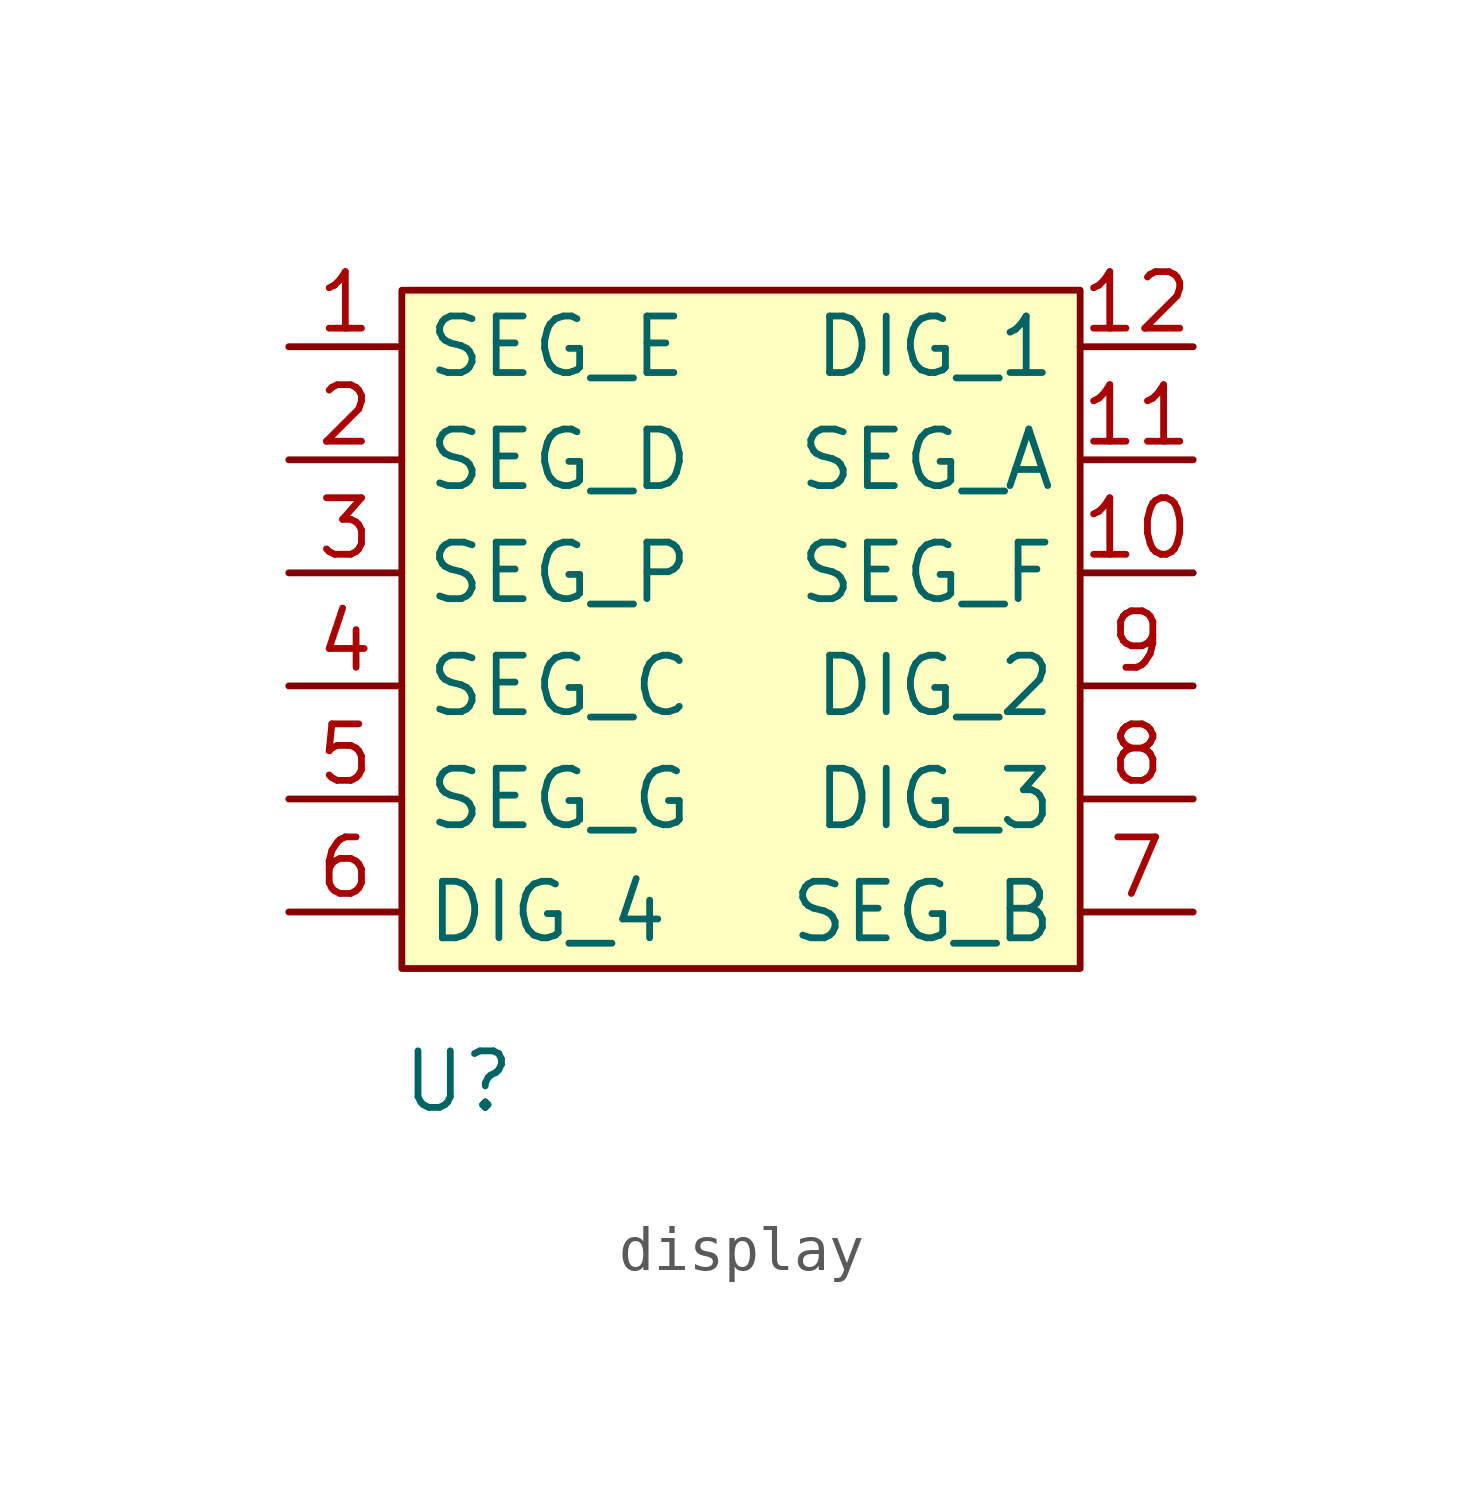
<source format=kicad_sym>
(kicad_symbol_lib
  (version 20220914)
  (generator kicad_symbol_editor)
  (symbol "display"
    (property "Reference" "U"
      (at -6.35 -10.16 0)
      (effects (font (size 1.27 1.27))))
    (property "Value" ""
      (at 0 6.35 0)
      (effects (font (size 1.27 1.27))))
    (symbol "display_1_1"
      (rectangle (start -7.62 7.62) (end 7.62 -7.62) (stroke (width 0) (type default)) (fill (type background)))
      (pin input line (at -10.16 6.35 0) (length 2.54) (name "SEG_E" (effects (font (size 1.27 1.27)))) (number "1" (effects (font (size 1.27 1.27)))))
      (pin input line (at 10.16 1.27 180) (length 2.54) (name "SEG_F" (effects (font (size 1.27 1.27)))) (number "10" (effects (font (size 1.27 1.27)))))
      (pin input line (at 10.16 3.81 180) (length 2.54) (name "SEG_A" (effects (font (size 1.27 1.27)))) (number "11" (effects (font (size 1.27 1.27)))))
      (pin input line (at 10.16 6.35 180) (length 2.54) (name "DIG_1" (effects (font (size 1.27 1.27)))) (number "12" (effects (font (size 1.27 1.27)))))
      (pin input line (at -10.16 3.81 0) (length 2.54) (name "SEG_D" (effects (font (size 1.27 1.27)))) (number "2" (effects (font (size 1.27 1.27)))))
      (pin input line (at -10.16 1.27 0) (length 2.54) (name "SEG_P" (effects (font (size 1.27 1.27)))) (number "3" (effects (font (size 1.27 1.27)))))
      (pin input line (at -10.16 -1.27 0) (length 2.54) (name "SEG_C" (effects (font (size 1.27 1.27)))) (number "4" (effects (font (size 1.27 1.27)))))
      (pin input line (at -10.16 -3.81 0) (length 2.54) (name "SEG_G" (effects (font (size 1.27 1.27)))) (number "5" (effects (font (size 1.27 1.27)))))
      (pin input line (at -10.16 -6.35 0) (length 2.54) (name "DIG_4" (effects (font (size 1.27 1.27)))) (number "6" (effects (font (size 1.27 1.27)))))
      (pin input line (at 10.16 -6.35 180) (length 2.54) (name "SEG_B" (effects (font (size 1.27 1.27)))) (number "7" (effects (font (size 1.27 1.27)))))
      (pin input line (at 10.16 -3.81 180) (length 2.54) (name "DIG_3" (effects (font (size 1.27 1.27)))) (number "8" (effects (font (size 1.27 1.27)))))
      (pin input line (at 10.16 -1.27 180) (length 2.54) (name "DIG_2" (effects (font (size 1.27 1.27)))) (number "9" (effects (font (size 1.27 1.27))))))))
</source>
